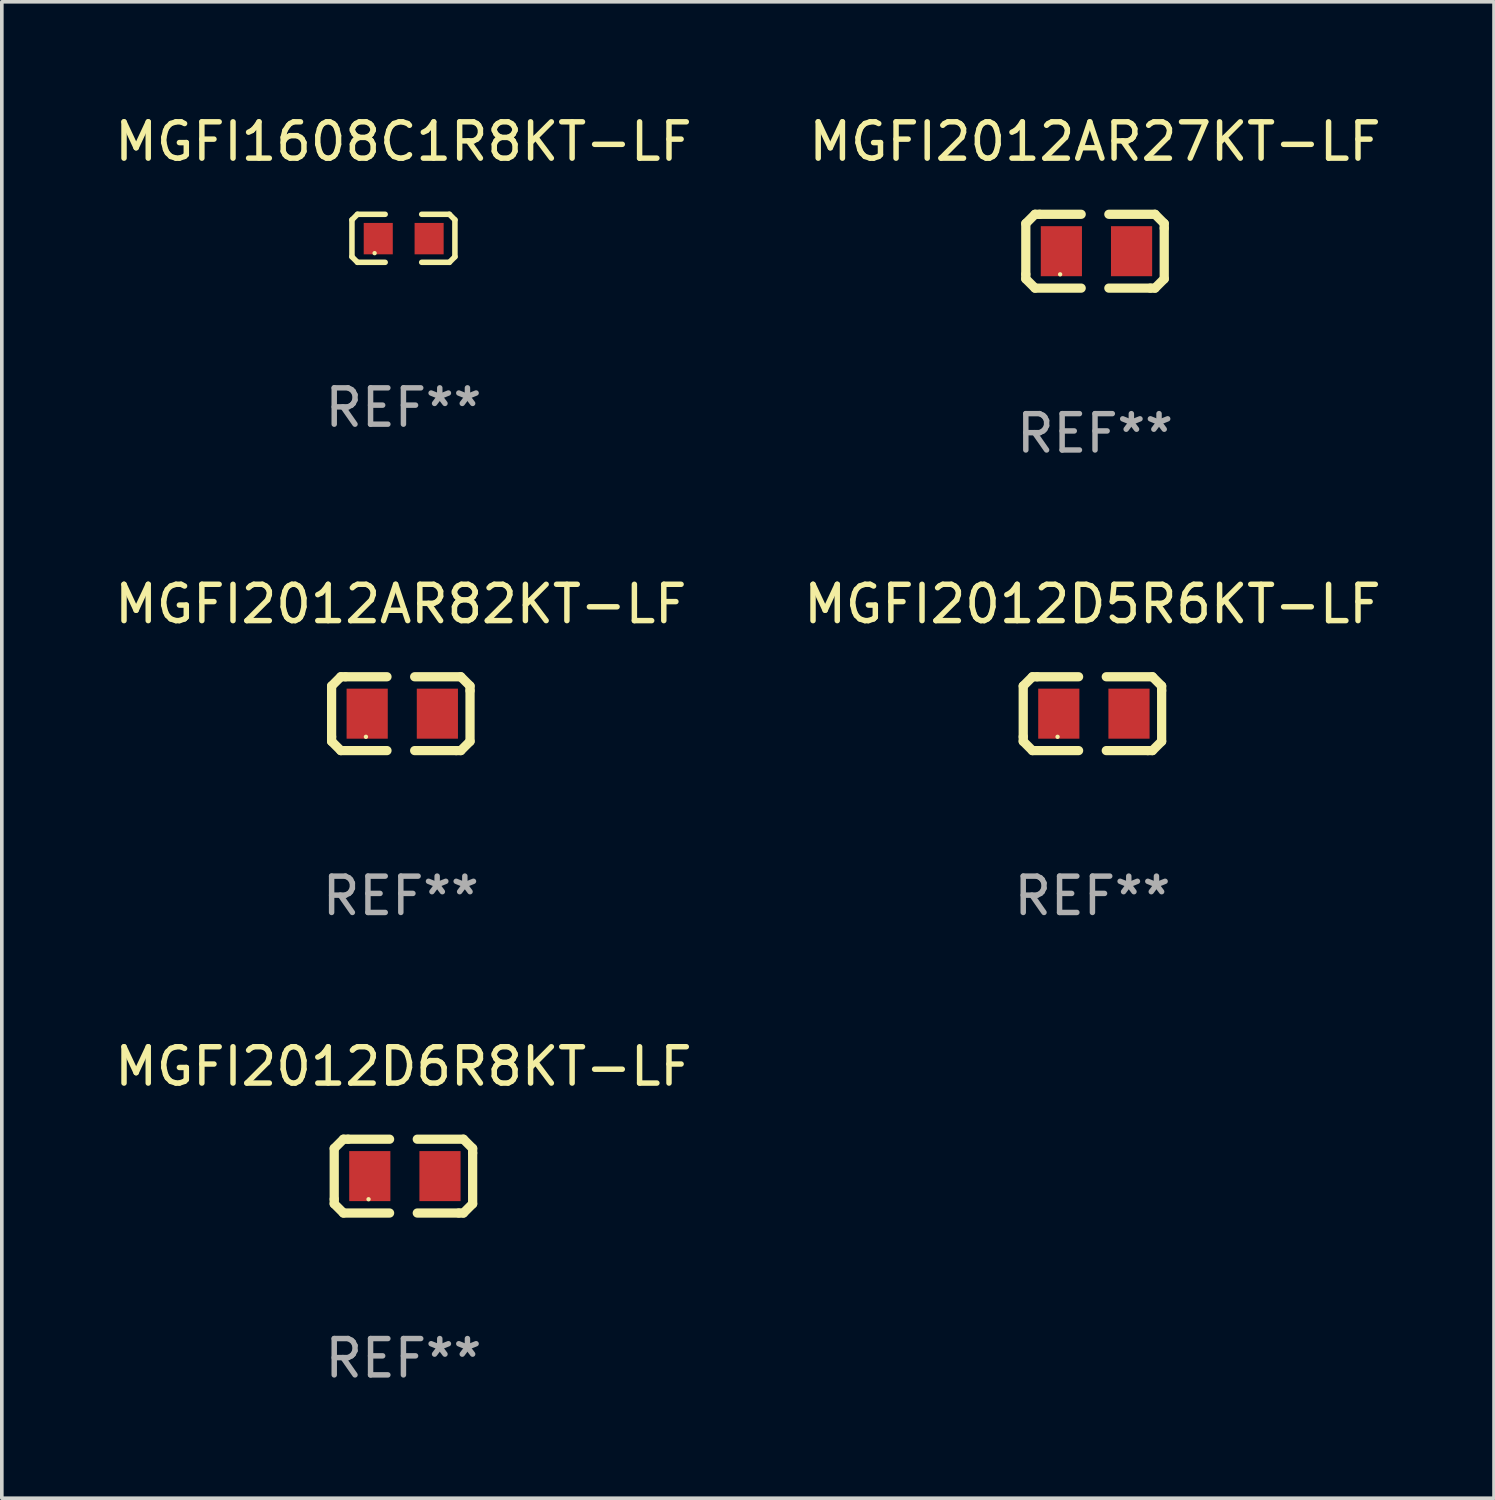
<source format=kicad_pcb>
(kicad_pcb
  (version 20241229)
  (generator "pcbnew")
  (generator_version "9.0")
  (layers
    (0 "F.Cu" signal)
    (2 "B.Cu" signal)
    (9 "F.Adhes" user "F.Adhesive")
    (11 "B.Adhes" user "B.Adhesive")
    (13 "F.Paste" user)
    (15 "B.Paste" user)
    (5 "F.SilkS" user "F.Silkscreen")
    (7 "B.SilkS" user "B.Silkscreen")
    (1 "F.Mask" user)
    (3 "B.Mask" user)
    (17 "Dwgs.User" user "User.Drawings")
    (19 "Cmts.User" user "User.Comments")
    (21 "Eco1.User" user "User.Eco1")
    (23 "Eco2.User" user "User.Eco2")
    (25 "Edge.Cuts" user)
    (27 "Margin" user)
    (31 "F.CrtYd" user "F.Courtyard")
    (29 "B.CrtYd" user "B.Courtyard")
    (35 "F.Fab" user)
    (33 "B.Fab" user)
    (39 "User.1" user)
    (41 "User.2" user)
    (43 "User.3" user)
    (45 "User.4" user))
  (footprint "MGFI1608C1R8KT-LF"
    (layer "F.Cu")
    (at 8.054 3.509)
    (property "Reference" "MGFI1608C1R8KT-LF" (at 0 -2.661 0) (layer "F.SilkS") (effects (font (size 1 1) (thickness 0.15))))
    (attr through_hole)
    (fp_line (start -1.417 -0.508) (end -1.265 -0.661) (stroke (width 0.152) (type solid)) (layer "F.SilkS"))
    (fp_line (start -1.417 0.508) (end -1.417 -0.508) (stroke (width 0.152) (type solid)) (layer "F.SilkS"))
    (fp_line (start -1.265 -0.661) (end -0.503 -0.661) (stroke (width 0.152) (type solid)) (layer "F.SilkS"))
    (fp_line (start -1.265 0.661) (end -1.417 0.508) (stroke (width 0.152) (type solid)) (layer "F.SilkS"))
    (fp_line (start -1.265 0.661) (end -0.503 0.661) (stroke (width 0.152) (type solid)) (layer "F.SilkS"))
    (fp_line (start 1.265 -0.661) (end 0.503 -0.661) (stroke (width 0.152) (type solid)) (layer "F.SilkS"))
    (fp_line (start 1.265 -0.661) (end 1.417 -0.508) (stroke (width 0.152) (type solid)) (layer "F.SilkS"))
    (fp_line (start 1.265 0.661) (end 0.503 0.661) (stroke (width 0.152) (type solid)) (layer "F.SilkS"))
    (fp_line (start 1.417 -0.508) (end 1.417 0.508) (stroke (width 0.152) (type solid)) (layer "F.SilkS"))
    (fp_line (start 1.417 0.508) (end 1.265 0.661) (stroke (width 0.152) (type solid)) (layer "F.SilkS"))
    (fp_circle (center -0.793 0.409) (end -0.763 0.409) (stroke (width 0.06) (type solid)) (fill no) (layer "F.SilkS"))
    (fp_text user "REF**" (at 0 4.661 0) (layer "F.Fab") (effects (font (size 1 1) (thickness 0.15))))
    (pad "1" smd rect (at -0.693 0.009 180) (size 0.8 0.864) (layers "F.Cu" "F.Mask" "F.Paste"))
    (pad "2" smd rect (at 0.707 0.009 180) (size 0.8 0.864) (layers "F.Cu" "F.Mask" "F.Paste")))
  (footprint "MGFI2012AR27KT-LF"
    (layer "F.Cu")
    (at 27.089 3.864)
    (property "Reference" "MGFI2012AR27KT-LF" (at 0 -3.016 0) (layer "F.SilkS") (effects (font (size 1 1) (thickness 0.15))))
    (attr through_hole)
    (fp_line (start -1.905 -0.762) (end -1.905 0.635) (stroke (width 0.254) (type solid)) (layer "F.SilkS"))
    (fp_line (start -1.905 0.635) (end -1.905 0.762) (stroke (width 0.254) (type solid)) (layer "F.SilkS"))
    (fp_line (start -1.905 0.762) (end -1.651 1.016) (stroke (width 0.254) (type solid)) (layer "F.SilkS"))
    (fp_line (start -1.651 -1.016) (end -1.905 -0.762) (stroke (width 0.254) (type solid)) (layer "F.SilkS"))
    (fp_line (start -1.651 1.016) (end -0.381 1.016) (stroke (width 0.254) (type solid)) (layer "F.SilkS"))
    (fp_line (start -1.524 -1.016) (end -1.651 -1.016) (stroke (width 0.254) (type solid)) (layer "F.SilkS"))
    (fp_line (start -0.381 -1.016) (end -1.524 -1.016) (stroke (width 0.254) (type solid)) (layer "F.SilkS"))
    (fp_line (start 0.381 1.016) (end 1.524 1.016) (stroke (width 0.254) (type solid)) (layer "F.SilkS"))
    (fp_line (start 1.524 1.016) (end 1.651 1.016) (stroke (width 0.254) (type solid)) (layer "F.SilkS"))
    (fp_line (start 1.651 -1.016) (end 0.381 -1.016) (stroke (width 0.254) (type solid)) (layer "F.SilkS"))
    (fp_line (start 1.651 1.016) (end 1.905 0.762) (stroke (width 0.254) (type solid)) (layer "F.SilkS"))
    (fp_line (start 1.905 -0.762) (end 1.651 -1.016) (stroke (width 0.254) (type solid)) (layer "F.SilkS"))
    (fp_line (start 1.905 -0.635) (end 1.905 -0.762) (stroke (width 0.254) (type solid)) (layer "F.SilkS"))
    (fp_line (start 1.905 0.762) (end 1.905 -0.635) (stroke (width 0.254) (type solid)) (layer "F.SilkS"))
    (fp_circle (center -0.96 0.637) (end -0.93 0.637) (stroke (width 0.06) (type solid)) (fill no) (layer "F.SilkS"))
    (fp_text user "REF**" (at 0 5.016 0) (layer "F.Fab") (effects (font (size 1 1) (thickness 0.15))))
    (pad "1" smd rect (at -0.926 -0.000051) (size 1.133 1.377) (layers "F.Cu" "F.Mask" "F.Paste"))
    (pad "2" smd rect (at 1.006 -0.000051) (size 1.133 1.377) (layers "F.Cu" "F.Mask" "F.Paste")))
  (footprint "MGFI2012D5R6KT-LF"
    (layer "F.Cu")
    (at 27.018 16.593)
    (property "Reference" "MGFI2012D5R6KT-LF" (at 0 -3.016 0) (layer "F.SilkS") (effects (font (size 1 1) (thickness 0.15))))
    (attr through_hole)
    (fp_line (start -1.905 -0.762) (end -1.905 0.635) (stroke (width 0.254) (type solid)) (layer "F.SilkS"))
    (fp_line (start -1.905 0.635) (end -1.905 0.762) (stroke (width 0.254) (type solid)) (layer "F.SilkS"))
    (fp_line (start -1.905 0.762) (end -1.651 1.016) (stroke (width 0.254) (type solid)) (layer "F.SilkS"))
    (fp_line (start -1.651 -1.016) (end -1.905 -0.762) (stroke (width 0.254) (type solid)) (layer "F.SilkS"))
    (fp_line (start -1.651 1.016) (end -0.381 1.016) (stroke (width 0.254) (type solid)) (layer "F.SilkS"))
    (fp_line (start -1.524 -1.016) (end -1.651 -1.016) (stroke (width 0.254) (type solid)) (layer "F.SilkS"))
    (fp_line (start -0.381 -1.016) (end -1.524 -1.016) (stroke (width 0.254) (type solid)) (layer "F.SilkS"))
    (fp_line (start 0.381 1.016) (end 1.524 1.016) (stroke (width 0.254) (type solid)) (layer "F.SilkS"))
    (fp_line (start 1.524 1.016) (end 1.651 1.016) (stroke (width 0.254) (type solid)) (layer "F.SilkS"))
    (fp_line (start 1.651 -1.016) (end 0.381 -1.016) (stroke (width 0.254) (type solid)) (layer "F.SilkS"))
    (fp_line (start 1.651 1.016) (end 1.905 0.762) (stroke (width 0.254) (type solid)) (layer "F.SilkS"))
    (fp_line (start 1.905 -0.762) (end 1.651 -1.016) (stroke (width 0.254) (type solid)) (layer "F.SilkS"))
    (fp_line (start 1.905 -0.635) (end 1.905 -0.762) (stroke (width 0.254) (type solid)) (layer "F.SilkS"))
    (fp_line (start 1.905 0.762) (end 1.905 -0.635) (stroke (width 0.254) (type solid)) (layer "F.SilkS"))
    (fp_circle (center -0.96 0.637) (end -0.93 0.637) (stroke (width 0.06) (type solid)) (fill no) (layer "F.SilkS"))
    (fp_text user "REF**" (at 0 5.016 0) (layer "F.Fab") (effects (font (size 1 1) (thickness 0.15))))
    (pad "1" smd rect (at -0.926 -0.000051) (size 1.133 1.377) (layers "F.Cu" "F.Mask" "F.Paste"))
    (pad "2" smd rect (at 1.006 -0.000051) (size 1.133 1.377) (layers "F.Cu" "F.Mask" "F.Paste")))
  (footprint "MGFI2012D6R8KT-LF"
    (layer "F.Cu")
    (at 8.054 29.321)
    (property "Reference" "MGFI2012D6R8KT-LF" (at 0 -3.016 0) (layer "F.SilkS") (effects (font (size 1 1) (thickness 0.15))))
    (attr through_hole)
    (fp_line (start -1.905 -0.762) (end -1.905 0.635) (stroke (width 0.254) (type solid)) (layer "F.SilkS"))
    (fp_line (start -1.905 0.635) (end -1.905 0.762) (stroke (width 0.254) (type solid)) (layer "F.SilkS"))
    (fp_line (start -1.905 0.762) (end -1.651 1.016) (stroke (width 0.254) (type solid)) (layer "F.SilkS"))
    (fp_line (start -1.651 -1.016) (end -1.905 -0.762) (stroke (width 0.254) (type solid)) (layer "F.SilkS"))
    (fp_line (start -1.651 1.016) (end -0.381 1.016) (stroke (width 0.254) (type solid)) (layer "F.SilkS"))
    (fp_line (start -1.524 -1.016) (end -1.651 -1.016) (stroke (width 0.254) (type solid)) (layer "F.SilkS"))
    (fp_line (start -0.381 -1.016) (end -1.524 -1.016) (stroke (width 0.254) (type solid)) (layer "F.SilkS"))
    (fp_line (start 0.381 1.016) (end 1.524 1.016) (stroke (width 0.254) (type solid)) (layer "F.SilkS"))
    (fp_line (start 1.524 1.016) (end 1.651 1.016) (stroke (width 0.254) (type solid)) (layer "F.SilkS"))
    (fp_line (start 1.651 -1.016) (end 0.381 -1.016) (stroke (width 0.254) (type solid)) (layer "F.SilkS"))
    (fp_line (start 1.651 1.016) (end 1.905 0.762) (stroke (width 0.254) (type solid)) (layer "F.SilkS"))
    (fp_line (start 1.905 -0.762) (end 1.651 -1.016) (stroke (width 0.254) (type solid)) (layer "F.SilkS"))
    (fp_line (start 1.905 -0.635) (end 1.905 -0.762) (stroke (width 0.254) (type solid)) (layer "F.SilkS"))
    (fp_line (start 1.905 0.762) (end 1.905 -0.635) (stroke (width 0.254) (type solid)) (layer "F.SilkS"))
    (fp_circle (center -0.96 0.637) (end -0.93 0.637) (stroke (width 0.06) (type solid)) (fill no) (layer "F.SilkS"))
    (fp_text user "REF**" (at 0 5.016 0) (layer "F.Fab") (effects (font (size 1 1) (thickness 0.15))))
    (pad "1" smd rect (at -0.926 -0.000051) (size 1.133 1.377) (layers "F.Cu" "F.Mask" "F.Paste"))
    (pad "2" smd rect (at 1.006 -0.000051) (size 1.133 1.377) (layers "F.Cu" "F.Mask" "F.Paste")))
  (footprint "MGFI2012AR82KT-LF"
    (layer "F.Cu")
    (at 7.982 16.593)
    (property "Reference" "MGFI2012AR82KT-LF" (at 0 -3.016 0) (layer "F.SilkS") (effects (font (size 1 1) (thickness 0.15))))
    (attr through_hole)
    (fp_line (start -1.905 -0.762) (end -1.905 0.635) (stroke (width 0.254) (type solid)) (layer "F.SilkS"))
    (fp_line (start -1.905 0.635) (end -1.905 0.762) (stroke (width 0.254) (type solid)) (layer "F.SilkS"))
    (fp_line (start -1.905 0.762) (end -1.651 1.016) (stroke (width 0.254) (type solid)) (layer "F.SilkS"))
    (fp_line (start -1.651 -1.016) (end -1.905 -0.762) (stroke (width 0.254) (type solid)) (layer "F.SilkS"))
    (fp_line (start -1.651 1.016) (end -0.381 1.016) (stroke (width 0.254) (type solid)) (layer "F.SilkS"))
    (fp_line (start -1.524 -1.016) (end -1.651 -1.016) (stroke (width 0.254) (type solid)) (layer "F.SilkS"))
    (fp_line (start -0.381 -1.016) (end -1.524 -1.016) (stroke (width 0.254) (type solid)) (layer "F.SilkS"))
    (fp_line (start 0.381 1.016) (end 1.524 1.016) (stroke (width 0.254) (type solid)) (layer "F.SilkS"))
    (fp_line (start 1.524 1.016) (end 1.651 1.016) (stroke (width 0.254) (type solid)) (layer "F.SilkS"))
    (fp_line (start 1.651 -1.016) (end 0.381 -1.016) (stroke (width 0.254) (type solid)) (layer "F.SilkS"))
    (fp_line (start 1.651 1.016) (end 1.905 0.762) (stroke (width 0.254) (type solid)) (layer "F.SilkS"))
    (fp_line (start 1.905 -0.762) (end 1.651 -1.016) (stroke (width 0.254) (type solid)) (layer "F.SilkS"))
    (fp_line (start 1.905 -0.635) (end 1.905 -0.762) (stroke (width 0.254) (type solid)) (layer "F.SilkS"))
    (fp_line (start 1.905 0.762) (end 1.905 -0.635) (stroke (width 0.254) (type solid)) (layer "F.SilkS"))
    (fp_circle (center -0.96 0.637) (end -0.93 0.637) (stroke (width 0.06) (type solid)) (fill no) (layer "F.SilkS"))
    (fp_text user "REF**" (at 0 5.016 0) (layer "F.Fab") (effects (font (size 1 1) (thickness 0.15))))
    (pad "1" smd rect (at -0.926 -0.000051) (size 1.133 1.377) (layers "F.Cu" "F.Mask" "F.Paste"))
    (pad "2" smd rect (at 1.006 -0.000051) (size 1.133 1.377) (layers "F.Cu" "F.Mask" "F.Paste")))
  (gr_rect
    (start -3 -3)
    (end 38.071 38.186)
    (stroke (width 0.1) (type default))
    (fill no)
    (layer "Edge.Cuts")))
</source>
